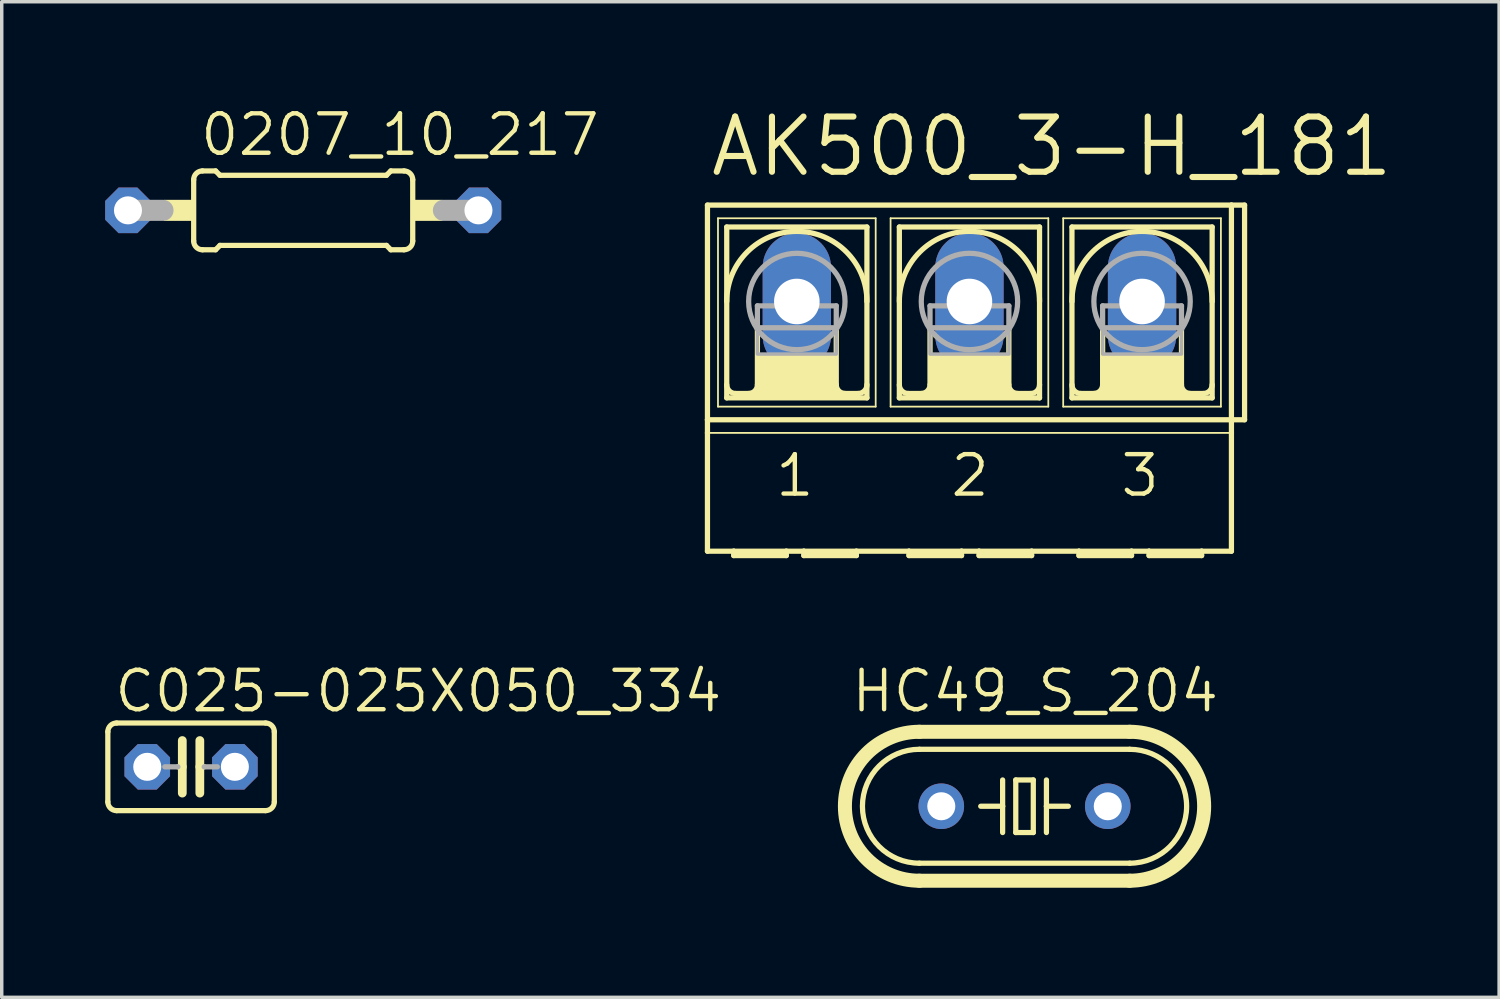
<source format=kicad_pcb>
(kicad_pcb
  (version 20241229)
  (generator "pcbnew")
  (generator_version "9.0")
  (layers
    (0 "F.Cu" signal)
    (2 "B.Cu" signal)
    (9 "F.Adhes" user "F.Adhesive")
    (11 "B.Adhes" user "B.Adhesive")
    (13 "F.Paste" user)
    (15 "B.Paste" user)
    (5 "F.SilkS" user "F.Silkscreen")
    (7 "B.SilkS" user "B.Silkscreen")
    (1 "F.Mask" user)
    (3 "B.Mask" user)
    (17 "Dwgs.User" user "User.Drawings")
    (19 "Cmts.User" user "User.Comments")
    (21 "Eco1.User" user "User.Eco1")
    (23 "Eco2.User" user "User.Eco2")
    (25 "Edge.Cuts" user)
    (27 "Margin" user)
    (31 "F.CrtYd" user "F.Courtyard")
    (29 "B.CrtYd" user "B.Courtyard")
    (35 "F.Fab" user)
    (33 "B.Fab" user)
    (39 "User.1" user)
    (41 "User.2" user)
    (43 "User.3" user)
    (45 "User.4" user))
  (footprint "0207_10_217"
    (layer "F.Cu")
    (at 5.74 3.048)
    (property "Reference" "0207_10_217" (at -3.048 -1.524 0) (unlocked yes) (layer "F.SilkS") (effects (font (size 1.143 1.143) (thickness 0.127)) (justify left bottom)))
    (fp_line (start -3.175 0.889) (end -3.175 -0.889) (stroke (width 0.152) (type solid)) (layer "F.SilkS"))
    (fp_line (start -2.921 -1.143) (end -2.54 -1.143) (stroke (width 0.152) (type solid)) (layer "F.SilkS"))
    (fp_line (start -2.921 1.143) (end -2.54 1.143) (stroke (width 0.152) (type solid)) (layer "F.SilkS"))
    (fp_line (start -2.413 -1.016) (end -2.54 -1.143) (stroke (width 0.152) (type solid)) (layer "F.SilkS"))
    (fp_line (start -2.413 1.016) (end -2.54 1.143) (stroke (width 0.152) (type solid)) (layer "F.SilkS"))
    (fp_line (start 2.413 -1.016) (end -2.413 -1.016) (stroke (width 0.152) (type solid)) (layer "F.SilkS"))
    (fp_line (start 2.413 -1.016) (end 2.54 -1.143) (stroke (width 0.152) (type solid)) (layer "F.SilkS"))
    (fp_line (start 2.413 1.016) (end -2.413 1.016) (stroke (width 0.152) (type solid)) (layer "F.SilkS"))
    (fp_line (start 2.413 1.016) (end 2.54 1.143) (stroke (width 0.152) (type solid)) (layer "F.SilkS"))
    (fp_line (start 2.921 -1.143) (end 2.54 -1.143) (stroke (width 0.152) (type solid)) (layer "F.SilkS"))
    (fp_line (start 2.921 1.143) (end 2.54 1.143) (stroke (width 0.152) (type solid)) (layer "F.SilkS"))
    (fp_line (start 3.175 0.889) (end 3.175 -0.889) (stroke (width 0.152) (type solid)) (layer "F.SilkS"))
    (fp_arc (start -3.175 -0.889) (mid -3.100605 -1.068605) (end -2.921 -1.143) (stroke (width 0.1524) (type solid)) (layer "F.SilkS"))
    (fp_arc (start -2.921 1.143) (mid -3.100605 1.068605) (end -3.175 0.889) (stroke (width 0.1524) (type solid)) (layer "F.SilkS"))
    (fp_arc (start 2.921 -1.143) (mid 3.100605 -1.068605) (end 3.175 -0.889) (stroke (width 0.1524) (type solid)) (layer "F.SilkS"))
    (fp_arc (start 3.175 0.889) (mid 3.100605 1.068605) (end 2.921 1.143) (stroke (width 0.1524) (type solid)) (layer "F.SilkS"))
    (fp_poly (pts (xy -4.039 0.305) (xy -3.175 0.305) (xy -3.175 -0.305) (xy -4.039 -0.305)) (stroke (width 0) (type default)) (fill yes) (layer "F.SilkS"))
    (fp_poly (pts (xy 3.175 0.305) (xy 4.039 0.305) (xy 4.039 -0.305) (xy 3.175 -0.305)) (stroke (width 0) (type default)) (fill yes) (layer "F.SilkS"))
    (fp_line (start -5.08 0) (end -4.064 0) (stroke (width 0.61) (type solid)) (layer "F.Fab"))
    (fp_line (start 5.08 0) (end 4.064 0) (stroke (width 0.61) (type solid)) (layer "F.Fab"))
    (pad "1" thru_hole roundrect (at -5.08 0) (size 1.321 1.321) (drill 0.813) (layers "*.Cu" "*.Mask") (roundrect_rratio 0.25) (chamfer_ratio 0.293) (chamfer top_left top_right bottom_left bottom_right))
    (pad "2" thru_hole roundrect (at 5.08 0) (size 1.321 1.321) (drill 0.813) (layers "*.Cu" "*.Mask") (roundrect_rratio 0.25) (chamfer_ratio 0.293) (chamfer top_left top_right bottom_left bottom_right)))
  (footprint "HC49_S_204"
    (layer "F.Cu")
    (at 26.651 20.323)
    (property "Reference" "HC49_S_204" (at -5.08 -2.667 0) (unlocked yes) (layer "F.SilkS") (effects (font (size 1.143 1.143) (thickness 0.127)) (justify left bottom)))
    (fp_line (start -3.048 -2.159) (end 3.048 -2.159) (stroke (width 0.406) (type solid)) (layer "F.SilkS"))
    (fp_line (start -3.048 1.651) (end 3.048 1.651) (stroke (width 0.152) (type solid)) (layer "F.SilkS"))
    (fp_line (start -3.048 2.159) (end 3.048 2.159) (stroke (width 0.406) (type solid)) (layer "F.SilkS"))
    (fp_line (start -0.635 -0.762) (end -0.635 0) (stroke (width 0.152) (type solid)) (layer "F.SilkS"))
    (fp_line (start -0.635 0) (end -1.27 0) (stroke (width 0.152) (type solid)) (layer "F.SilkS"))
    (fp_line (start -0.635 0) (end -0.635 0.762) (stroke (width 0.152) (type solid)) (layer "F.SilkS"))
    (fp_line (start -0.254 -0.762) (end 0.254 -0.762) (stroke (width 0.152) (type solid)) (layer "F.SilkS"))
    (fp_line (start -0.254 0.762) (end -0.254 -0.762) (stroke (width 0.152) (type solid)) (layer "F.SilkS"))
    (fp_line (start 0.254 -0.762) (end 0.254 0.762) (stroke (width 0.152) (type solid)) (layer "F.SilkS"))
    (fp_line (start 0.254 0.762) (end -0.254 0.762) (stroke (width 0.152) (type solid)) (layer "F.SilkS"))
    (fp_line (start 0.635 -0.762) (end 0.635 0) (stroke (width 0.152) (type solid)) (layer "F.SilkS"))
    (fp_line (start 0.635 0) (end 0.635 0.762) (stroke (width 0.152) (type solid)) (layer "F.SilkS"))
    (fp_line (start 0.635 0) (end 1.27 0) (stroke (width 0.152) (type solid)) (layer "F.SilkS"))
    (fp_line (start 3.048 -1.651) (end -3.048 -1.651) (stroke (width 0.152) (type solid)) (layer "F.SilkS"))
    (fp_arc (start -3.048 1.651) (mid -4.699 0) (end -3.048 -1.651) (stroke (width 0.1524) (type solid)) (layer "F.SilkS"))
    (fp_arc (start -3.048 2.159) (mid -5.207 0) (end -3.048 -2.159) (stroke (width 0.4064) (type solid)) (layer "F.SilkS"))
    (fp_arc (start 3.048 -2.159) (mid 5.207 0) (end 3.048 2.159) (stroke (width 0.4064) (type solid)) (layer "F.SilkS"))
    (fp_arc (start 3.048 -1.651) (mid 4.699 0) (end 3.048 1.651) (stroke (width 0.1524) (type solid)) (layer "F.SilkS"))
    (pad "1" thru_hole circle (at -2.413 0) (size 1.321 1.321) (drill 0.813) (layers "*.Cu" "*.Mask"))
    (pad "2" thru_hole circle (at 2.413 0) (size 1.321 1.321) (drill 0.813) (layers "*.Cu" "*.Mask"))
    (zone (net_name "") (layers "F.Cu" "B.Cu") (hatch edge 0.5) (connect_pads) (min_thickness 0.25) (filled_areas_thickness no) (keepout (tracks allowed) (vias not_allowed) (pads allowed) (copperpour allowed) (footprints allowed)) (placement (enabled no)) (fill) (polygon (pts (xy 20.936 21.593) (xy 21.571 21.593) (xy 21.571 19.053) (xy 20.936 19.053))))
    (zone (net_name "") (layers "F.Cu" "B.Cu") (hatch edge 0.5) (connect_pads) (min_thickness 0.25) (filled_areas_thickness no) (keepout (tracks allowed) (vias not_allowed) (pads allowed) (copperpour allowed) (footprints allowed)) (placement (enabled no)) (fill) (polygon (pts (xy 21.571 22.228) (xy 22.206 22.228) (xy 22.206 18.418) (xy 21.571 18.418))))
    (zone (net_name "") (layers "F.Cu" "B.Cu") (hatch edge 0.5) (connect_pads) (min_thickness 0.25) (filled_areas_thickness no) (keepout (tracks allowed) (vias not_allowed) (pads allowed) (copperpour allowed) (footprints allowed)) (placement (enabled no)) (fill) (polygon (pts (xy 22.206 22.863) (xy 31.096 22.863) (xy 31.096 17.783) (xy 22.206 17.783))))
    (zone (net_name "") (layers "F.Cu" "B.Cu") (hatch edge 0.5) (connect_pads) (min_thickness 0.25) (filled_areas_thickness no) (keepout (tracks allowed) (vias not_allowed) (pads allowed) (copperpour allowed) (footprints allowed)) (placement (enabled no)) (fill) (polygon (pts (xy 31.096 22.228) (xy 31.731 22.228) (xy 31.731 18.418) (xy 31.096 18.418))))
    (zone (net_name "") (layers "F.Cu" "B.Cu") (hatch edge 0.5) (connect_pads) (min_thickness 0.25) (filled_areas_thickness no) (keepout (tracks allowed) (vias not_allowed) (pads allowed) (copperpour allowed) (footprints allowed)) (placement (enabled no)) (fill) (polygon (pts (xy 31.731 21.593) (xy 32.366 21.593) (xy 32.366 19.053) (xy 31.731 19.053)))))
  (footprint "AK500_3-H_181"
    (layer "F.Cu")
    (at 25.054 5.69)
    (property "Reference" "AK500_3-H_181" (at -7.595 -3.556 0) (unlocked yes) (layer "F.SilkS") (effects (font (size 1.6 1.6) (thickness 0.178)) (justify left bottom)))
    (fp_line (start -7.595 3.429) (end -7.595 -2.794) (stroke (width 0.152) (type solid)) (layer "F.SilkS"))
    (fp_line (start -7.595 3.429) (end 7.595 3.429) (stroke (width 0.152) (type solid)) (layer "F.SilkS"))
    (fp_line (start -7.595 3.81) (end -7.595 3.429) (stroke (width 0.152) (type solid)) (layer "F.SilkS"))
    (fp_line (start -7.595 7.239) (end -7.595 3.81) (stroke (width 0.152) (type solid)) (layer "F.SilkS"))
    (fp_line (start -7.595 7.239) (end -6.833 7.239) (stroke (width 0.152) (type solid)) (layer "F.SilkS"))
    (fp_line (start -7.29 -2.413) (end -7.29 3.048) (stroke (width 0.051) (type solid)) (layer "F.SilkS"))
    (fp_line (start -7.29 -2.413) (end -2.718 -2.413) (stroke (width 0.051) (type solid)) (layer "F.SilkS"))
    (fp_line (start -7.036 2.794) (end -7.036 -2.159) (stroke (width 0.152) (type solid)) (layer "F.SilkS"))
    (fp_line (start -7.036 2.794) (end -2.972 2.794) (stroke (width 0.152) (type solid)) (layer "F.SilkS"))
    (fp_line (start -6.833 7.239) (end -5.309 7.239) (stroke (width 0.152) (type solid)) (layer "F.SilkS"))
    (fp_line (start -6.833 7.366) (end -6.833 7.239) (stroke (width 0.152) (type solid)) (layer "F.SilkS"))
    (fp_line (start -6.833 7.366) (end -5.309 7.366) (stroke (width 0.152) (type solid)) (layer "F.SilkS"))
    (fp_line (start -6.147 0.762) (end -6.147 2.413) (stroke (width 0.152) (type solid)) (layer "F.SilkS"))
    (fp_line (start -5.309 7.239) (end -5.309 7.366) (stroke (width 0.152) (type solid)) (layer "F.SilkS"))
    (fp_line (start -5.309 7.239) (end -4.801 7.239) (stroke (width 0.152) (type solid)) (layer "F.SilkS"))
    (fp_line (start -4.801 7.239) (end -3.277 7.239) (stroke (width 0.152) (type solid)) (layer "F.SilkS"))
    (fp_line (start -4.801 7.366) (end -4.801 7.239) (stroke (width 0.152) (type solid)) (layer "F.SilkS"))
    (fp_line (start -4.801 7.366) (end -3.277 7.366) (stroke (width 0.152) (type solid)) (layer "F.SilkS"))
    (fp_line (start -3.861 0.762) (end -3.861 2.413) (stroke (width 0.152) (type solid)) (layer "F.SilkS"))
    (fp_line (start -3.277 7.239) (end -1.753 7.239) (stroke (width 0.152) (type solid)) (layer "F.SilkS"))
    (fp_line (start -3.277 7.366) (end -3.277 7.239) (stroke (width 0.152) (type solid)) (layer "F.SilkS"))
    (fp_line (start -3.226 2.667) (end -6.782 2.667) (stroke (width 0.152) (type solid)) (layer "F.SilkS"))
    (fp_line (start -2.972 -2.159) (end -7.036 -2.159) (stroke (width 0.152) (type solid)) (layer "F.SilkS"))
    (fp_line (start -2.972 -2.159) (end -2.972 2.794) (stroke (width 0.152) (type solid)) (layer "F.SilkS"))
    (fp_line (start -2.718 -2.413) (end -2.718 3.048) (stroke (width 0.051) (type solid)) (layer "F.SilkS"))
    (fp_line (start -2.718 3.048) (end -7.29 3.048) (stroke (width 0.051) (type solid)) (layer "F.SilkS"))
    (fp_line (start -2.286 -2.413) (end -2.286 3.048) (stroke (width 0.051) (type solid)) (layer "F.SilkS"))
    (fp_line (start -2.286 -2.413) (end 2.286 -2.413) (stroke (width 0.051) (type solid)) (layer "F.SilkS"))
    (fp_line (start -2.032 -2.159) (end -2.032 2.794) (stroke (width 0.152) (type solid)) (layer "F.SilkS"))
    (fp_line (start -2.032 2.794) (end 2.032 2.794) (stroke (width 0.152) (type solid)) (layer "F.SilkS"))
    (fp_line (start -1.753 7.239) (end -0.229 7.239) (stroke (width 0.152) (type solid)) (layer "F.SilkS"))
    (fp_line (start -1.753 7.366) (end -1.753 7.239) (stroke (width 0.152) (type solid)) (layer "F.SilkS"))
    (fp_line (start -1.753 7.366) (end -0.229 7.366) (stroke (width 0.152) (type solid)) (layer "F.SilkS"))
    (fp_line (start -1.143 0.762) (end -1.143 2.413) (stroke (width 0.152) (type solid)) (layer "F.SilkS"))
    (fp_line (start -0.229 7.239) (end -0.229 7.366) (stroke (width 0.152) (type solid)) (layer "F.SilkS"))
    (fp_line (start -0.229 7.239) (end 0.279 7.239) (stroke (width 0.152) (type solid)) (layer "F.SilkS"))
    (fp_line (start 0.279 7.239) (end 1.803 7.239) (stroke (width 0.152) (type solid)) (layer "F.SilkS"))
    (fp_line (start 0.279 7.366) (end 0.279 7.239) (stroke (width 0.152) (type solid)) (layer "F.SilkS"))
    (fp_line (start 0.279 7.366) (end 1.803 7.366) (stroke (width 0.152) (type solid)) (layer "F.SilkS"))
    (fp_line (start 1.143 0.762) (end 1.143 2.413) (stroke (width 0.152) (type solid)) (layer "F.SilkS"))
    (fp_line (start 1.778 2.667) (end -1.778 2.667) (stroke (width 0.152) (type solid)) (layer "F.SilkS"))
    (fp_line (start 1.803 7.366) (end 1.803 7.239) (stroke (width 0.152) (type solid)) (layer "F.SilkS"))
    (fp_line (start 2.032 -2.159) (end -2.032 -2.159) (stroke (width 0.152) (type solid)) (layer "F.SilkS"))
    (fp_line (start 2.032 2.794) (end 2.032 -2.159) (stroke (width 0.152) (type solid)) (layer "F.SilkS"))
    (fp_line (start 2.286 3.048) (end -2.286 3.048) (stroke (width 0.051) (type solid)) (layer "F.SilkS"))
    (fp_line (start 2.286 3.048) (end 2.286 -2.413) (stroke (width 0.051) (type solid)) (layer "F.SilkS"))
    (fp_line (start 2.718 -2.413) (end 2.718 3.048) (stroke (width 0.051) (type solid)) (layer "F.SilkS"))
    (fp_line (start 2.718 -2.413) (end 7.29 -2.413) (stroke (width 0.051) (type solid)) (layer "F.SilkS"))
    (fp_line (start 2.972 2.794) (end 2.972 -2.159) (stroke (width 0.152) (type solid)) (layer "F.SilkS"))
    (fp_line (start 2.972 2.794) (end 7.036 2.794) (stroke (width 0.152) (type solid)) (layer "F.SilkS"))
    (fp_line (start 3.175 7.239) (end 1.803 7.239) (stroke (width 0.152) (type solid)) (layer "F.SilkS"))
    (fp_line (start 3.175 7.239) (end 3.175 7.366) (stroke (width 0.152) (type solid)) (layer "F.SilkS"))
    (fp_line (start 3.175 7.239) (end 4.699 7.239) (stroke (width 0.152) (type solid)) (layer "F.SilkS"))
    (fp_line (start 3.175 7.366) (end 4.699 7.366) (stroke (width 0.152) (type solid)) (layer "F.SilkS"))
    (fp_line (start 3.861 0.762) (end 3.861 2.413) (stroke (width 0.152) (type solid)) (layer "F.SilkS"))
    (fp_line (start 4.699 7.239) (end 4.699 7.366) (stroke (width 0.152) (type solid)) (layer "F.SilkS"))
    (fp_line (start 4.699 7.239) (end 5.207 7.239) (stroke (width 0.152) (type solid)) (layer "F.SilkS"))
    (fp_line (start 5.207 7.239) (end 5.207 7.366) (stroke (width 0.152) (type solid)) (layer "F.SilkS"))
    (fp_line (start 5.207 7.239) (end 6.731 7.239) (stroke (width 0.152) (type solid)) (layer "F.SilkS"))
    (fp_line (start 5.207 7.366) (end 6.731 7.366) (stroke (width 0.152) (type solid)) (layer "F.SilkS"))
    (fp_line (start 6.147 0.762) (end 6.147 2.413) (stroke (width 0.152) (type solid)) (layer "F.SilkS"))
    (fp_line (start 6.731 7.366) (end 6.731 7.239) (stroke (width 0.152) (type solid)) (layer "F.SilkS"))
    (fp_line (start 6.782 2.667) (end 3.226 2.667) (stroke (width 0.152) (type solid)) (layer "F.SilkS"))
    (fp_line (start 7.036 -2.159) (end 2.972 -2.159) (stroke (width 0.152) (type solid)) (layer "F.SilkS"))
    (fp_line (start 7.036 -2.159) (end 7.036 2.794) (stroke (width 0.152) (type solid)) (layer "F.SilkS"))
    (fp_line (start 7.29 -2.413) (end 7.29 3.048) (stroke (width 0.051) (type solid)) (layer "F.SilkS"))
    (fp_line (start 7.29 3.048) (end 2.718 3.048) (stroke (width 0.051) (type solid)) (layer "F.SilkS"))
    (fp_line (start 7.595 -2.794) (end -7.595 -2.794) (stroke (width 0.152) (type solid)) (layer "F.SilkS"))
    (fp_line (start 7.595 -2.794) (end 7.595 3.429) (stroke (width 0.152) (type solid)) (layer "F.SilkS"))
    (fp_line (start 7.595 3.429) (end 7.595 3.81) (stroke (width 0.152) (type solid)) (layer "F.SilkS"))
    (fp_line (start 7.595 3.81) (end -7.595 3.81) (stroke (width 0.051) (type solid)) (layer "F.SilkS"))
    (fp_line (start 7.595 3.81) (end 7.595 7.239) (stroke (width 0.152) (type solid)) (layer "F.SilkS"))
    (fp_line (start 7.595 7.239) (end 6.731 7.239) (stroke (width 0.152) (type solid)) (layer "F.SilkS"))
    (fp_line (start 7.976 -2.794) (end 7.595 -2.794) (stroke (width 0.152) (type solid)) (layer "F.SilkS"))
    (fp_line (start 7.976 -2.794) (end 7.976 3.429) (stroke (width 0.152) (type solid)) (layer "F.SilkS"))
    (fp_line (start 7.976 3.429) (end 7.595 3.429) (stroke (width 0.152) (type solid)) (layer "F.SilkS"))
    (fp_arc (start -7.0358 0) (mid -5.0038 -2.032) (end -2.9718 0) (stroke (width 0.1524) (type solid)) (layer "F.SilkS"))
    (fp_arc (start -6.7818 2.667) (mid -6.961405 2.592605) (end -7.0358 2.413) (stroke (width 0.1524) (type solid)) (layer "F.SilkS"))
    (fp_arc (start -6.1468 2.413) (mid -6.221195 2.592605) (end -6.4008 2.667) (stroke (width 0.1524) (type solid)) (layer "F.SilkS"))
    (fp_arc (start -3.6068 2.667) (mid -3.786405 2.592605) (end -3.8608 2.413) (stroke (width 0.1524) (type solid)) (layer "F.SilkS"))
    (fp_arc (start -2.9718 2.413) (mid -3.046195 2.592605) (end -3.2258 2.667) (stroke (width 0.1524) (type solid)) (layer "F.SilkS"))
    (fp_arc (start -2.032 0) (mid 0 -2.032) (end 2.032 0) (stroke (width 0.1524) (type solid)) (layer "F.SilkS"))
    (fp_arc (start -1.778 2.667) (mid -1.957605 2.592605) (end -2.032 2.413) (stroke (width 0.1524) (type solid)) (layer "F.SilkS"))
    (fp_arc (start -1.143 2.413) (mid -1.217395 2.592605) (end -1.397 2.667) (stroke (width 0.1524) (type solid)) (layer "F.SilkS"))
    (fp_arc (start 1.397 2.667) (mid 1.217395 2.592605) (end 1.143 2.413) (stroke (width 0.1524) (type solid)) (layer "F.SilkS"))
    (fp_arc (start 2.032 2.413) (mid 1.957605 2.592605) (end 1.778 2.667) (stroke (width 0.1524) (type solid)) (layer "F.SilkS"))
    (fp_arc (start 2.9718 0) (mid 5.0038 -2.032) (end 7.0358 0) (stroke (width 0.1524) (type solid)) (layer "F.SilkS"))
    (fp_arc (start 3.2258 2.667) (mid 3.046195 2.592605) (end 2.9718 2.413) (stroke (width 0.1524) (type solid)) (layer "F.SilkS"))
    (fp_arc (start 3.8608 2.413) (mid 3.786405 2.592605) (end 3.6068 2.667) (stroke (width 0.1524) (type solid)) (layer "F.SilkS"))
    (fp_arc (start 6.4008 2.667) (mid 6.221195 2.592605) (end 6.1468 2.413) (stroke (width 0.1524) (type solid)) (layer "F.SilkS"))
    (fp_arc (start 7.0358 2.413) (mid 6.961405 2.592605) (end 6.7818 2.667) (stroke (width 0.1524) (type solid)) (layer "F.SilkS"))
    (fp_poly (pts (xy -6.147 2.667) (xy -3.861 2.667) (xy -3.861 1.524) (xy -6.147 1.524)) (stroke (width 0) (type default)) (fill yes) (layer "F.SilkS"))
    (fp_poly (pts (xy -1.143 2.667) (xy 1.143 2.667) (xy 1.143 1.524) (xy -1.143 1.524)) (stroke (width 0) (type default)) (fill yes) (layer "F.SilkS"))
    (fp_poly (pts (xy 3.861 2.667) (xy 6.147 2.667) (xy 6.147 1.524) (xy 3.861 1.524)) (stroke (width 0) (type default)) (fill yes) (layer "F.SilkS"))
    (fp_line (start -6.147 0.127) (end -6.147 0.762) (stroke (width 0.152) (type solid)) (layer "F.Fab"))
    (fp_line (start -6.147 0.127) (end -3.861 0.127) (stroke (width 0.152) (type solid)) (layer "F.Fab"))
    (fp_line (start -6.147 0.762) (end -3.861 0.762) (stroke (width 0.152) (type solid)) (layer "F.Fab"))
    (fp_line (start -3.861 0.127) (end -3.861 0.762) (stroke (width 0.152) (type solid)) (layer "F.Fab"))
    (fp_line (start -1.143 0.127) (end -1.143 0.762) (stroke (width 0.152) (type solid)) (layer "F.Fab"))
    (fp_line (start -1.143 0.127) (end 1.143 0.127) (stroke (width 0.152) (type solid)) (layer "F.Fab"))
    (fp_line (start -1.143 0.762) (end 1.143 0.762) (stroke (width 0.152) (type solid)) (layer "F.Fab"))
    (fp_line (start 1.143 0.127) (end 1.143 0.762) (stroke (width 0.152) (type solid)) (layer "F.Fab"))
    (fp_line (start 3.861 0.127) (end 3.861 0.762) (stroke (width 0.152) (type solid)) (layer "F.Fab"))
    (fp_line (start 3.861 0.127) (end 6.147 0.127) (stroke (width 0.152) (type solid)) (layer "F.Fab"))
    (fp_line (start 3.861 0.762) (end 6.147 0.762) (stroke (width 0.152) (type solid)) (layer "F.Fab"))
    (fp_line (start 6.147 0.127) (end 6.147 0.762) (stroke (width 0.152) (type solid)) (layer "F.Fab"))
    (fp_circle (center -5.004 0) (end -3.607 0) (stroke (width 0.152) (type solid)) (fill no) (layer "F.Fab"))
    (fp_circle (center 0 0) (end 1.397 0) (stroke (width 0.152) (type solid)) (fill no) (layer "F.Fab"))
    (fp_circle (center 5.004 0) (end 6.401 0) (stroke (width 0.152) (type solid)) (fill no) (layer "F.Fab"))
    (fp_poly (pts (xy -6.147 1.524) (xy -3.861 1.524) (xy -3.861 0.762) (xy -6.147 0.762)) (stroke (width 0.1) (type default)) (fill no) (layer "F.Fab"))
    (fp_poly (pts (xy -1.143 1.524) (xy 1.143 1.524) (xy 1.143 0.762) (xy -1.143 0.762)) (stroke (width 0.1) (type default)) (fill no) (layer "F.Fab"))
    (fp_poly (pts (xy 3.861 1.524) (xy 6.147 1.524) (xy 6.147 0.762) (xy 3.861 0.762)) (stroke (width 0.1) (type default)) (fill no) (layer "F.Fab"))
    (fp_text user "2" (at -0.61 5.715 0) (unlocked yes) (layer "F.SilkS") (effects (font (size 1.143 1.143) (thickness 0.127)) (justify left bottom)))
    (fp_text user "3" (at 4.318 5.715 0) (unlocked yes) (layer "F.SilkS") (effects (font (size 1.143 1.143) (thickness 0.127)) (justify left bottom)))
    (fp_text user "1" (at -5.69 5.715 0) (unlocked yes) (layer "F.SilkS") (effects (font (size 1.143 1.143) (thickness 0.127)) (justify left bottom)))
    (pad "1" thru_hole oval (at -5.004 0 90) (size 3.962 1.981) (drill 1.321) (layers "*.Cu" "*.Mask"))
    (pad "2" thru_hole oval (at 0 0 90) (size 3.962 1.981) (drill 1.321) (layers "*.Cu" "*.Mask"))
    (pad "3" thru_hole oval (at 5.004 0 90) (size 3.962 1.981) (drill 1.321) (layers "*.Cu" "*.Mask")))
  (footprint "C025-025X050_334"
    (layer "F.Cu")
    (at 2.489 19.18)
    (property "Reference" "C025-025X050_334" (at -2.286 -1.524 0) (unlocked yes) (layer "F.SilkS") (effects (font (size 1.143 1.143) (thickness 0.127)) (justify left bottom)))
    (fp_line (start -2.413 -1.016) (end -2.413 1.016) (stroke (width 0.152) (type solid)) (layer "F.SilkS"))
    (fp_line (start -2.159 -1.27) (end 2.159 -1.27) (stroke (width 0.152) (type solid)) (layer "F.SilkS"))
    (fp_line (start -0.254 -0.762) (end -0.254 0) (stroke (width 0.254) (type solid)) (layer "F.SilkS"))
    (fp_line (start -0.254 0) (end -0.381 0) (stroke (width 0.152) (type solid)) (layer "F.SilkS"))
    (fp_line (start -0.254 0) (end -0.254 0.762) (stroke (width 0.254) (type solid)) (layer "F.SilkS"))
    (fp_line (start 0.254 0) (end 0.254 -0.762) (stroke (width 0.254) (type solid)) (layer "F.SilkS"))
    (fp_line (start 0.254 0) (end 0.254 0.762) (stroke (width 0.254) (type solid)) (layer "F.SilkS"))
    (fp_line (start 0.381 0) (end 0.254 0) (stroke (width 0.152) (type solid)) (layer "F.SilkS"))
    (fp_line (start 2.159 1.27) (end -2.159 1.27) (stroke (width 0.152) (type solid)) (layer "F.SilkS"))
    (fp_line (start 2.413 -1.016) (end 2.413 1.016) (stroke (width 0.152) (type solid)) (layer "F.SilkS"))
    (fp_arc (start -2.413 -1.016) (mid -2.338605 -1.195605) (end -2.159 -1.27) (stroke (width 0.1524) (type solid)) (layer "F.SilkS"))
    (fp_arc (start -2.159 1.27) (mid -2.338605 1.195605) (end -2.413 1.016) (stroke (width 0.1524) (type solid)) (layer "F.SilkS"))
    (fp_arc (start 2.159 -1.27) (mid 2.338605 -1.195605) (end 2.413 -1.016) (stroke (width 0.1524) (type solid)) (layer "F.SilkS"))
    (fp_arc (start 2.413 1.016) (mid 2.338605 1.195605) (end 2.159 1.27) (stroke (width 0.1524) (type solid)) (layer "F.SilkS"))
    (fp_line (start -0.381 0) (end -0.762 0) (stroke (width 0.152) (type solid)) (layer "F.Fab"))
    (fp_line (start 0.762 0) (end 0.381 0) (stroke (width 0.152) (type solid)) (layer "F.Fab"))
    (pad "1" thru_hole roundrect (at -1.27 0) (size 1.321 1.321) (drill 0.813) (layers "*.Cu" "*.Mask") (roundrect_rratio 0.25) (chamfer_ratio 0.293) (chamfer top_left top_right bottom_left bottom_right))
    (pad "2" thru_hole roundrect (at 1.27 0) (size 1.321 1.321) (drill 0.813) (layers "*.Cu" "*.Mask") (roundrect_rratio 0.25) (chamfer_ratio 0.293) (chamfer top_left top_right bottom_left bottom_right)))
  (gr_rect
    (start -3 -3)
    (end 40.409 25.863)
    (stroke (width 0.1) (type default))
    (fill no)
    (layer "Edge.Cuts")))
</source>
